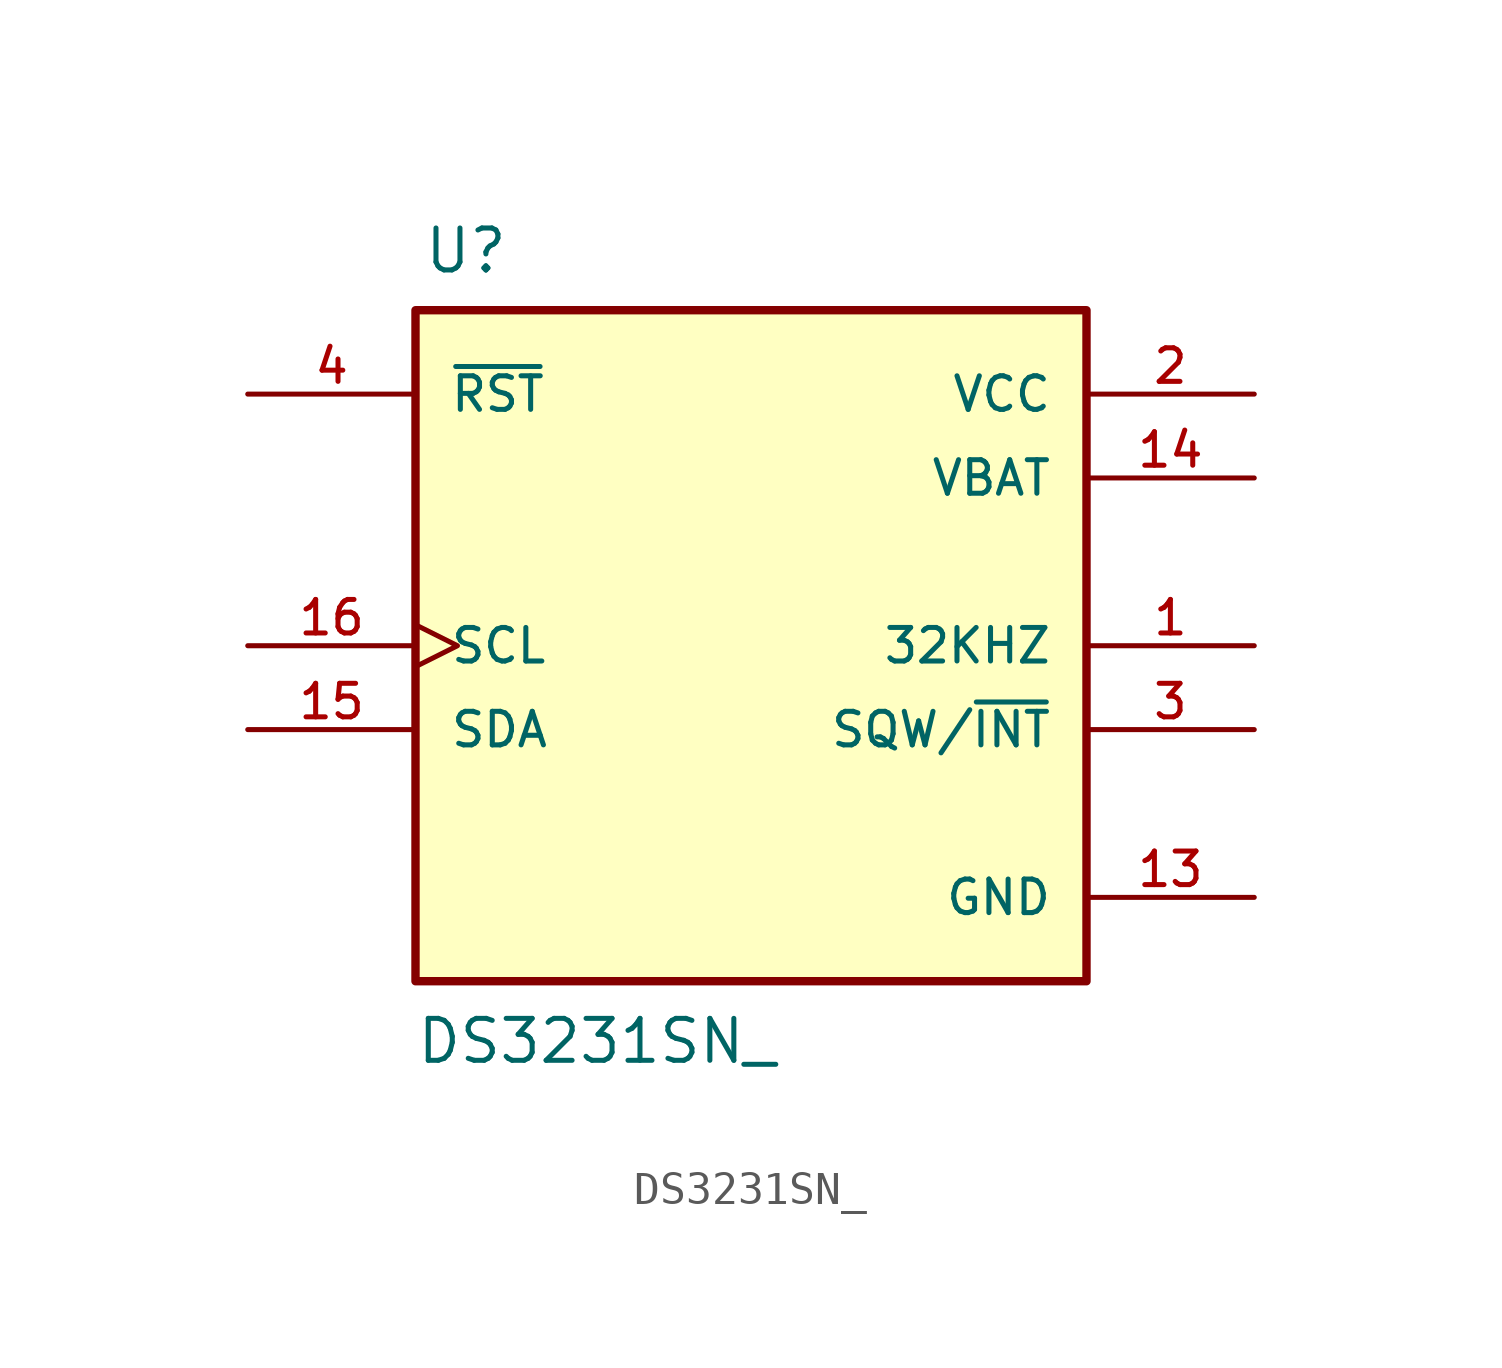
<source format=kicad_sym>
(kicad_symbol_lib
  (version 20211014)
  (generator kicad_symbol_editor)
  (symbol "DS3231SN_"
    (pin_names
      (offset 1.016))
    (property "Reference" "U"
      (at -9.942 11.217 0)
      (effects (font (size 1.27 1.27)) (justify bottom left)))
    (property "Value" "DS3231SN_"
      (at -10.175 -12.718 0)
      (effects (font (size 1.27 1.27)) (justify bottom left)))
    (symbol "DS3231SN__0_0"
      (rectangle (start -10.16 -10.16) (end 10.16 10.16) (stroke (width 0.254)) (fill (type background)))
      (pin power_in line (at 15.24 5.08 180.0) (length 5.08) (name "VBAT" (effects (font (size 1.016 1.016)))) (number "14" (effects (font (size 1.016 1.016)))))
      (pin output line (at 15.24 0.0 180.0) (length 5.08) (name "32KHZ" (effects (font (size 1.016 1.016)))) (number "1" (effects (font (size 1.016 1.016)))))
      (pin input line (at -15.24 7.62 0) (length 5.08) (name "~{RST}" (effects (font (size 1.016 1.016)))) (number "4" (effects (font (size 1.016 1.016)))))
      (pin output line (at 15.24 -2.54 180.0) (length 5.08) (name "SQW/~{INT}" (effects (font (size 1.016 1.016)))) (number "3" (effects (font (size 1.016 1.016)))))
      (pin input clock (at -15.24 0.0 0) (length 5.08) (name "SCL" (effects (font (size 1.016 1.016)))) (number "16" (effects (font (size 1.016 1.016)))))
      (pin bidirectional line (at -15.24 -2.54 0) (length 5.08) (name "SDA" (effects (font (size 1.016 1.016)))) (number "15" (effects (font (size 1.016 1.016)))))
      (pin power_in line (at 15.24 -7.62 180.0) (length 5.08) (name "GND" (effects (font (size 1.016 1.016)))) (number "13" (effects (font (size 1.016 1.016)))))
      (pin power_in line (at 15.24 7.62 180.0) (length 5.08) (name "VCC" (effects (font (size 1.016 1.016)))) (number "2" (effects (font (size 1.016 1.016))))))))
</source>
